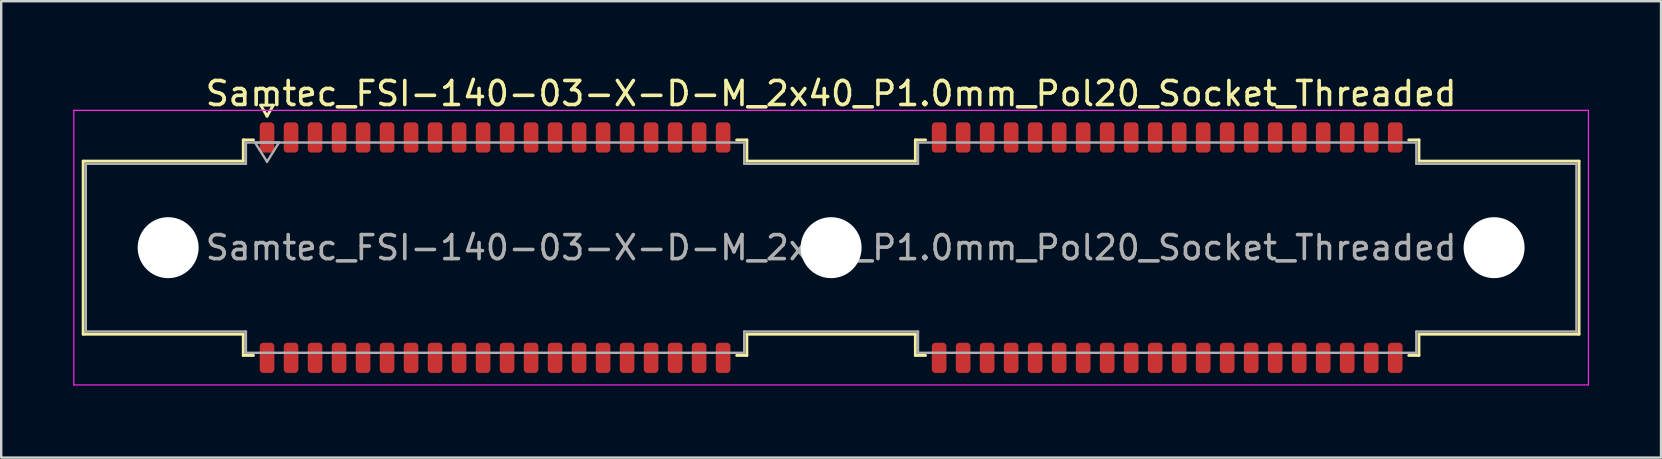
<source format=kicad_pcb>
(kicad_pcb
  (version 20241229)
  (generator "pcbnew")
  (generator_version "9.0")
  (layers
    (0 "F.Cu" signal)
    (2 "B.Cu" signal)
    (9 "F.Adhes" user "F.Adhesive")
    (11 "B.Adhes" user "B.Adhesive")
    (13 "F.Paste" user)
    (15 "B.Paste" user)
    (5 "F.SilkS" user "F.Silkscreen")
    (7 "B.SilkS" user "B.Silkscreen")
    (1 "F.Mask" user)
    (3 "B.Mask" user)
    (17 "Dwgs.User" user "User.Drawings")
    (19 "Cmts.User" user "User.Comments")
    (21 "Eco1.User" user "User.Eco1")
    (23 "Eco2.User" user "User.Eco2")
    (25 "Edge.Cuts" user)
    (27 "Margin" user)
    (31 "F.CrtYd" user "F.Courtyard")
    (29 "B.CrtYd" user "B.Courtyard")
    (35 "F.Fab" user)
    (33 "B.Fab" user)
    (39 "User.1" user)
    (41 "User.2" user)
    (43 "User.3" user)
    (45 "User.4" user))
  (footprint "Samtec_FSI-140-03-X-D-M_2x40_P1.0mm_Pol20_Socket_Threaded"
    (layer "F.Cu")
    (at 31.575 7.268)
    (property "Reference" "Samtec_FSI-140-03-X-D-M_2x40_P1.0mm_Pol20_Socket_Threaded" (at 0 -6.42 0) (layer "F.SilkS") (effects (font (size 1 1) (thickness 0.15))))
    (attr smd)
    (fp_line (start -31.16 -3.605) (end -24.49 -3.605) (stroke (width 0.12) (type solid)) (layer "F.SilkS"))
    (fp_line (start -31.16 3.605) (end -31.16 -3.605) (stroke (width 0.12) (type solid)) (layer "F.SilkS"))
    (fp_line (start -24.49 -4.49) (end -24.065 -4.49) (stroke (width 0.12) (type solid)) (layer "F.SilkS"))
    (fp_line (start -24.49 -3.605) (end -24.49 -4.49) (stroke (width 0.12) (type solid)) (layer "F.SilkS"))
    (fp_line (start -24.49 3.605) (end -31.16 3.605) (stroke (width 0.12) (type solid)) (layer "F.SilkS"))
    (fp_line (start -24.49 4.49) (end -24.49 3.605) (stroke (width 0.12) (type solid)) (layer "F.SilkS"))
    (fp_line (start -24.065 4.49) (end -24.49 4.49) (stroke (width 0.12) (type solid)) (layer "F.SilkS"))
    (fp_line (start -23.764 -5.938) (end -23.5 -5.48) (stroke (width 0.12) (type solid)) (layer "F.SilkS"))
    (fp_line (start -23.5 -5.48) (end -23.236 -5.938) (stroke (width 0.12) (type solid)) (layer "F.SilkS"))
    (fp_line (start -23.236 -5.938) (end -23.764 -5.938) (stroke (width 0.12) (type solid)) (layer "F.SilkS"))
    (fp_line (start -3.935 -4.49) (end -3.51 -4.49) (stroke (width 0.12) (type solid)) (layer "F.SilkS"))
    (fp_line (start -3.51 -4.49) (end -3.51 -3.605) (stroke (width 0.12) (type solid)) (layer "F.SilkS"))
    (fp_line (start -3.51 -3.605) (end 3.51 -3.605) (stroke (width 0.12) (type solid)) (layer "F.SilkS"))
    (fp_line (start -3.51 3.605) (end -3.51 4.49) (stroke (width 0.12) (type solid)) (layer "F.SilkS"))
    (fp_line (start -3.51 4.49) (end -3.935 4.49) (stroke (width 0.12) (type solid)) (layer "F.SilkS"))
    (fp_line (start 3.51 -4.49) (end 3.935 -4.49) (stroke (width 0.12) (type solid)) (layer "F.SilkS"))
    (fp_line (start 3.51 -3.605) (end 3.51 -4.49) (stroke (width 0.12) (type solid)) (layer "F.SilkS"))
    (fp_line (start 3.51 3.605) (end -3.51 3.605) (stroke (width 0.12) (type solid)) (layer "F.SilkS"))
    (fp_line (start 3.51 4.49) (end 3.51 3.605) (stroke (width 0.12) (type solid)) (layer "F.SilkS"))
    (fp_line (start 3.935 4.49) (end 3.51 4.49) (stroke (width 0.12) (type solid)) (layer "F.SilkS"))
    (fp_line (start 24.065 -4.49) (end 24.49 -4.49) (stroke (width 0.12) (type solid)) (layer "F.SilkS"))
    (fp_line (start 24.49 -4.49) (end 24.49 -3.605) (stroke (width 0.12) (type solid)) (layer "F.SilkS"))
    (fp_line (start 24.49 -3.605) (end 31.16 -3.605) (stroke (width 0.12) (type solid)) (layer "F.SilkS"))
    (fp_line (start 24.49 3.605) (end 24.49 4.49) (stroke (width 0.12) (type solid)) (layer "F.SilkS"))
    (fp_line (start 24.49 4.49) (end 24.065 4.49) (stroke (width 0.12) (type solid)) (layer "F.SilkS"))
    (fp_line (start 31.16 -3.605) (end 31.16 3.605) (stroke (width 0.12) (type solid)) (layer "F.SilkS"))
    (fp_line (start 31.16 3.605) (end 24.49 3.605) (stroke (width 0.12) (type solid)) (layer "F.SilkS"))
    (fp_line (start -31.55 -5.72) (end -31.55 5.72) (stroke (width 0.05) (type solid)) (layer "F.CrtYd"))
    (fp_line (start -31.55 5.72) (end 31.55 5.72) (stroke (width 0.05) (type solid)) (layer "F.CrtYd"))
    (fp_line (start 31.55 -5.72) (end -31.55 -5.72) (stroke (width 0.05) (type solid)) (layer "F.CrtYd"))
    (fp_line (start 31.55 5.72) (end 31.55 -5.72) (stroke (width 0.05) (type solid)) (layer "F.CrtYd"))
    (fp_line (start -31.05 -3.495) (end -24.38 -3.495) (stroke (width 0.1) (type solid)) (layer "F.Fab"))
    (fp_line (start -31.05 3.495) (end -31.05 -3.495) (stroke (width 0.1) (type solid)) (layer "F.Fab"))
    (fp_line (start -24.38 -4.38) (end -3.62 -4.38) (stroke (width 0.1) (type solid)) (layer "F.Fab"))
    (fp_line (start -24.38 -3.495) (end -24.38 -4.38) (stroke (width 0.1) (type solid)) (layer "F.Fab"))
    (fp_line (start -24.38 3.495) (end -31.05 3.495) (stroke (width 0.1) (type solid)) (layer "F.Fab"))
    (fp_line (start -24.38 4.38) (end -24.38 3.495) (stroke (width 0.1) (type solid)) (layer "F.Fab"))
    (fp_line (start -24 -4.38) (end -23.5 -3.58) (stroke (width 0.1) (type solid)) (layer "F.Fab"))
    (fp_line (start -23.5 -3.58) (end -23 -4.38) (stroke (width 0.1) (type solid)) (layer "F.Fab"))
    (fp_line (start -23 -4.38) (end -24 -4.38) (stroke (width 0.1) (type solid)) (layer "F.Fab"))
    (fp_line (start -3.62 -4.38) (end -3.62 -3.495) (stroke (width 0.1) (type solid)) (layer "F.Fab"))
    (fp_line (start -3.62 -3.495) (end 3.62 -3.495) (stroke (width 0.1) (type solid)) (layer "F.Fab"))
    (fp_line (start -3.62 3.495) (end -3.62 4.38) (stroke (width 0.1) (type solid)) (layer "F.Fab"))
    (fp_line (start -3.62 4.38) (end -24.38 4.38) (stroke (width 0.1) (type solid)) (layer "F.Fab"))
    (fp_line (start 3.62 -4.38) (end 24.38 -4.38) (stroke (width 0.1) (type solid)) (layer "F.Fab"))
    (fp_line (start 3.62 -3.495) (end 3.62 -4.38) (stroke (width 0.1) (type solid)) (layer "F.Fab"))
    (fp_line (start 3.62 3.495) (end -3.62 3.495) (stroke (width 0.1) (type solid)) (layer "F.Fab"))
    (fp_line (start 3.62 4.38) (end 3.62 3.495) (stroke (width 0.1) (type solid)) (layer "F.Fab"))
    (fp_line (start 24.38 -4.38) (end 24.38 -3.495) (stroke (width 0.1) (type solid)) (layer "F.Fab"))
    (fp_line (start 24.38 -3.495) (end 31.05 -3.495) (stroke (width 0.1) (type solid)) (layer "F.Fab"))
    (fp_line (start 24.38 3.495) (end 24.38 4.38) (stroke (width 0.1) (type solid)) (layer "F.Fab"))
    (fp_line (start 24.38 4.38) (end 3.62 4.38) (stroke (width 0.1) (type solid)) (layer "F.Fab"))
    (fp_line (start 31.05 -3.495) (end 31.05 3.495) (stroke (width 0.1) (type solid)) (layer "F.Fab"))
    (fp_line (start 31.05 3.495) (end 24.38 3.495) (stroke (width 0.1) (type solid)) (layer "F.Fab"))
    (fp_text user "${REFERENCE}" (at 0 0 0) (layer "F.Fab") (effects (font (size 1 1) (thickness 0.15))))
    (pad "" np_thru_hole circle (at -27.62 0) (size 2.54 2.54) (drill 2.54) (layers "*.Cu" "*.Mask"))
    (pad "" np_thru_hole circle (at 0 0) (size 2.54 2.54) (drill 2.54) (layers "*.Cu" "*.Mask"))
    (pad "" np_thru_hole circle (at 27.62 0) (size 2.54 2.54) (drill 2.54) (layers "*.Cu" "*.Mask"))
    (pad "1" smd roundrect (at -23.5 -4.59) (size 0.61 1.26) (layers "F.Cu" "F.Mask" "F.Paste") (roundrect_rratio 0.25))
    (pad "2" smd roundrect (at -23.5 4.59) (size 0.61 1.26) (layers "F.Cu" "F.Mask" "F.Paste") (roundrect_rratio 0.25))
    (pad "3" smd roundrect (at -22.5 -4.59) (size 0.61 1.26) (layers "F.Cu" "F.Mask" "F.Paste") (roundrect_rratio 0.25))
    (pad "4" smd roundrect (at -22.5 4.59) (size 0.61 1.26) (layers "F.Cu" "F.Mask" "F.Paste") (roundrect_rratio 0.25))
    (pad "5" smd roundrect (at -21.5 -4.59) (size 0.61 1.26) (layers "F.Cu" "F.Mask" "F.Paste") (roundrect_rratio 0.25))
    (pad "6" smd roundrect (at -21.5 4.59) (size 0.61 1.26) (layers "F.Cu" "F.Mask" "F.Paste") (roundrect_rratio 0.25))
    (pad "7" smd roundrect (at -20.5 -4.59) (size 0.61 1.26) (layers "F.Cu" "F.Mask" "F.Paste") (roundrect_rratio 0.25))
    (pad "8" smd roundrect (at -20.5 4.59) (size 0.61 1.26) (layers "F.Cu" "F.Mask" "F.Paste") (roundrect_rratio 0.25))
    (pad "9" smd roundrect (at -19.5 -4.59) (size 0.61 1.26) (layers "F.Cu" "F.Mask" "F.Paste") (roundrect_rratio 0.25))
    (pad "10" smd roundrect (at -19.5 4.59) (size 0.61 1.26) (layers "F.Cu" "F.Mask" "F.Paste") (roundrect_rratio 0.25))
    (pad "11" smd roundrect (at -18.5 -4.59) (size 0.61 1.26) (layers "F.Cu" "F.Mask" "F.Paste") (roundrect_rratio 0.25))
    (pad "12" smd roundrect (at -18.5 4.59) (size 0.61 1.26) (layers "F.Cu" "F.Mask" "F.Paste") (roundrect_rratio 0.25))
    (pad "13" smd roundrect (at -17.5 -4.59) (size 0.61 1.26) (layers "F.Cu" "F.Mask" "F.Paste") (roundrect_rratio 0.25))
    (pad "14" smd roundrect (at -17.5 4.59) (size 0.61 1.26) (layers "F.Cu" "F.Mask" "F.Paste") (roundrect_rratio 0.25))
    (pad "15" smd roundrect (at -16.5 -4.59) (size 0.61 1.26) (layers "F.Cu" "F.Mask" "F.Paste") (roundrect_rratio 0.25))
    (pad "16" smd roundrect (at -16.5 4.59) (size 0.61 1.26) (layers "F.Cu" "F.Mask" "F.Paste") (roundrect_rratio 0.25))
    (pad "17" smd roundrect (at -15.5 -4.59) (size 0.61 1.26) (layers "F.Cu" "F.Mask" "F.Paste") (roundrect_rratio 0.25))
    (pad "18" smd roundrect (at -15.5 4.59) (size 0.61 1.26) (layers "F.Cu" "F.Mask" "F.Paste") (roundrect_rratio 0.25))
    (pad "19" smd roundrect (at -14.5 -4.59) (size 0.61 1.26) (layers "F.Cu" "F.Mask" "F.Paste") (roundrect_rratio 0.25))
    (pad "20" smd roundrect (at -14.5 4.59) (size 0.61 1.26) (layers "F.Cu" "F.Mask" "F.Paste") (roundrect_rratio 0.25))
    (pad "21" smd roundrect (at -13.5 -4.59) (size 0.61 1.26) (layers "F.Cu" "F.Mask" "F.Paste") (roundrect_rratio 0.25))
    (pad "22" smd roundrect (at -13.5 4.59) (size 0.61 1.26) (layers "F.Cu" "F.Mask" "F.Paste") (roundrect_rratio 0.25))
    (pad "23" smd roundrect (at -12.5 -4.59) (size 0.61 1.26) (layers "F.Cu" "F.Mask" "F.Paste") (roundrect_rratio 0.25))
    (pad "24" smd roundrect (at -12.5 4.59) (size 0.61 1.26) (layers "F.Cu" "F.Mask" "F.Paste") (roundrect_rratio 0.25))
    (pad "25" smd roundrect (at -11.5 -4.59) (size 0.61 1.26) (layers "F.Cu" "F.Mask" "F.Paste") (roundrect_rratio 0.25))
    (pad "26" smd roundrect (at -11.5 4.59) (size 0.61 1.26) (layers "F.Cu" "F.Mask" "F.Paste") (roundrect_rratio 0.25))
    (pad "27" smd roundrect (at -10.5 -4.59) (size 0.61 1.26) (layers "F.Cu" "F.Mask" "F.Paste") (roundrect_rratio 0.25))
    (pad "28" smd roundrect (at -10.5 4.59) (size 0.61 1.26) (layers "F.Cu" "F.Mask" "F.Paste") (roundrect_rratio 0.25))
    (pad "29" smd roundrect (at -9.5 -4.59) (size 0.61 1.26) (layers "F.Cu" "F.Mask" "F.Paste") (roundrect_rratio 0.25))
    (pad "30" smd roundrect (at -9.5 4.59) (size 0.61 1.26) (layers "F.Cu" "F.Mask" "F.Paste") (roundrect_rratio 0.25))
    (pad "31" smd roundrect (at -8.5 -4.59) (size 0.61 1.26) (layers "F.Cu" "F.Mask" "F.Paste") (roundrect_rratio 0.25))
    (pad "32" smd roundrect (at -8.5 4.59) (size 0.61 1.26) (layers "F.Cu" "F.Mask" "F.Paste") (roundrect_rratio 0.25))
    (pad "33" smd roundrect (at -7.5 -4.59) (size 0.61 1.26) (layers "F.Cu" "F.Mask" "F.Paste") (roundrect_rratio 0.25))
    (pad "34" smd roundrect (at -7.5 4.59) (size 0.61 1.26) (layers "F.Cu" "F.Mask" "F.Paste") (roundrect_rratio 0.25))
    (pad "35" smd roundrect (at -6.5 -4.59) (size 0.61 1.26) (layers "F.Cu" "F.Mask" "F.Paste") (roundrect_rratio 0.25))
    (pad "36" smd roundrect (at -6.5 4.59) (size 0.61 1.26) (layers "F.Cu" "F.Mask" "F.Paste") (roundrect_rratio 0.25))
    (pad "37" smd roundrect (at -5.5 -4.59) (size 0.61 1.26) (layers "F.Cu" "F.Mask" "F.Paste") (roundrect_rratio 0.25))
    (pad "38" smd roundrect (at -5.5 4.59) (size 0.61 1.26) (layers "F.Cu" "F.Mask" "F.Paste") (roundrect_rratio 0.25))
    (pad "39" smd roundrect (at -4.5 -4.59) (size 0.61 1.26) (layers "F.Cu" "F.Mask" "F.Paste") (roundrect_rratio 0.25))
    (pad "40" smd roundrect (at -4.5 4.59) (size 0.61 1.26) (layers "F.Cu" "F.Mask" "F.Paste") (roundrect_rratio 0.25))
    (pad "41" smd roundrect (at 4.5 -4.59) (size 0.61 1.26) (layers "F.Cu" "F.Mask" "F.Paste") (roundrect_rratio 0.25))
    (pad "42" smd roundrect (at 4.5 4.59) (size 0.61 1.26) (layers "F.Cu" "F.Mask" "F.Paste") (roundrect_rratio 0.25))
    (pad "43" smd roundrect (at 5.5 -4.59) (size 0.61 1.26) (layers "F.Cu" "F.Mask" "F.Paste") (roundrect_rratio 0.25))
    (pad "44" smd roundrect (at 5.5 4.59) (size 0.61 1.26) (layers "F.Cu" "F.Mask" "F.Paste") (roundrect_rratio 0.25))
    (pad "45" smd roundrect (at 6.5 -4.59) (size 0.61 1.26) (layers "F.Cu" "F.Mask" "F.Paste") (roundrect_rratio 0.25))
    (pad "46" smd roundrect (at 6.5 4.59) (size 0.61 1.26) (layers "F.Cu" "F.Mask" "F.Paste") (roundrect_rratio 0.25))
    (pad "47" smd roundrect (at 7.5 -4.59) (size 0.61 1.26) (layers "F.Cu" "F.Mask" "F.Paste") (roundrect_rratio 0.25))
    (pad "48" smd roundrect (at 7.5 4.59) (size 0.61 1.26) (layers "F.Cu" "F.Mask" "F.Paste") (roundrect_rratio 0.25))
    (pad "49" smd roundrect (at 8.5 -4.59) (size 0.61 1.26) (layers "F.Cu" "F.Mask" "F.Paste") (roundrect_rratio 0.25))
    (pad "50" smd roundrect (at 8.5 4.59) (size 0.61 1.26) (layers "F.Cu" "F.Mask" "F.Paste") (roundrect_rratio 0.25))
    (pad "51" smd roundrect (at 9.5 -4.59) (size 0.61 1.26) (layers "F.Cu" "F.Mask" "F.Paste") (roundrect_rratio 0.25))
    (pad "52" smd roundrect (at 9.5 4.59) (size 0.61 1.26) (layers "F.Cu" "F.Mask" "F.Paste") (roundrect_rratio 0.25))
    (pad "53" smd roundrect (at 10.5 -4.59) (size 0.61 1.26) (layers "F.Cu" "F.Mask" "F.Paste") (roundrect_rratio 0.25))
    (pad "54" smd roundrect (at 10.5 4.59) (size 0.61 1.26) (layers "F.Cu" "F.Mask" "F.Paste") (roundrect_rratio 0.25))
    (pad "55" smd roundrect (at 11.5 -4.59) (size 0.61 1.26) (layers "F.Cu" "F.Mask" "F.Paste") (roundrect_rratio 0.25))
    (pad "56" smd roundrect (at 11.5 4.59) (size 0.61 1.26) (layers "F.Cu" "F.Mask" "F.Paste") (roundrect_rratio 0.25))
    (pad "57" smd roundrect (at 12.5 -4.59) (size 0.61 1.26) (layers "F.Cu" "F.Mask" "F.Paste") (roundrect_rratio 0.25))
    (pad "58" smd roundrect (at 12.5 4.59) (size 0.61 1.26) (layers "F.Cu" "F.Mask" "F.Paste") (roundrect_rratio 0.25))
    (pad "59" smd roundrect (at 13.5 -4.59) (size 0.61 1.26) (layers "F.Cu" "F.Mask" "F.Paste") (roundrect_rratio 0.25))
    (pad "60" smd roundrect (at 13.5 4.59) (size 0.61 1.26) (layers "F.Cu" "F.Mask" "F.Paste") (roundrect_rratio 0.25))
    (pad "61" smd roundrect (at 14.5 -4.59) (size 0.61 1.26) (layers "F.Cu" "F.Mask" "F.Paste") (roundrect_rratio 0.25))
    (pad "62" smd roundrect (at 14.5 4.59) (size 0.61 1.26) (layers "F.Cu" "F.Mask" "F.Paste") (roundrect_rratio 0.25))
    (pad "63" smd roundrect (at 15.5 -4.59) (size 0.61 1.26) (layers "F.Cu" "F.Mask" "F.Paste") (roundrect_rratio 0.25))
    (pad "64" smd roundrect (at 15.5 4.59) (size 0.61 1.26) (layers "F.Cu" "F.Mask" "F.Paste") (roundrect_rratio 0.25))
    (pad "65" smd roundrect (at 16.5 -4.59) (size 0.61 1.26) (layers "F.Cu" "F.Mask" "F.Paste") (roundrect_rratio 0.25))
    (pad "66" smd roundrect (at 16.5 4.59) (size 0.61 1.26) (layers "F.Cu" "F.Mask" "F.Paste") (roundrect_rratio 0.25))
    (pad "67" smd roundrect (at 17.5 -4.59) (size 0.61 1.26) (layers "F.Cu" "F.Mask" "F.Paste") (roundrect_rratio 0.25))
    (pad "68" smd roundrect (at 17.5 4.59) (size 0.61 1.26) (layers "F.Cu" "F.Mask" "F.Paste") (roundrect_rratio 0.25))
    (pad "69" smd roundrect (at 18.5 -4.59) (size 0.61 1.26) (layers "F.Cu" "F.Mask" "F.Paste") (roundrect_rratio 0.25))
    (pad "70" smd roundrect (at 18.5 4.59) (size 0.61 1.26) (layers "F.Cu" "F.Mask" "F.Paste") (roundrect_rratio 0.25))
    (pad "71" smd roundrect (at 19.5 -4.59) (size 0.61 1.26) (layers "F.Cu" "F.Mask" "F.Paste") (roundrect_rratio 0.25))
    (pad "72" smd roundrect (at 19.5 4.59) (size 0.61 1.26) (layers "F.Cu" "F.Mask" "F.Paste") (roundrect_rratio 0.25))
    (pad "73" smd roundrect (at 20.5 -4.59) (size 0.61 1.26) (layers "F.Cu" "F.Mask" "F.Paste") (roundrect_rratio 0.25))
    (pad "74" smd roundrect (at 20.5 4.59) (size 0.61 1.26) (layers "F.Cu" "F.Mask" "F.Paste") (roundrect_rratio 0.25))
    (pad "75" smd roundrect (at 21.5 -4.59) (size 0.61 1.26) (layers "F.Cu" "F.Mask" "F.Paste") (roundrect_rratio 0.25))
    (pad "76" smd roundrect (at 21.5 4.59) (size 0.61 1.26) (layers "F.Cu" "F.Mask" "F.Paste") (roundrect_rratio 0.25))
    (pad "77" smd roundrect (at 22.5 -4.59) (size 0.61 1.26) (layers "F.Cu" "F.Mask" "F.Paste") (roundrect_rratio 0.25))
    (pad "78" smd roundrect (at 22.5 4.59) (size 0.61 1.26) (layers "F.Cu" "F.Mask" "F.Paste") (roundrect_rratio 0.25))
    (pad "79" smd roundrect (at 23.5 -4.59) (size 0.61 1.26) (layers "F.Cu" "F.Mask" "F.Paste") (roundrect_rratio 0.25))
    (pad "80" smd roundrect (at 23.5 4.59) (size 0.61 1.26) (layers "F.Cu" "F.Mask" "F.Paste") (roundrect_rratio 0.25)))
  (gr_rect
    (start -3 -3)
    (end 66.15 16.013)
    (stroke (width 0.1) (type default))
    (fill no)
    (layer "Edge.Cuts")))
</source>
